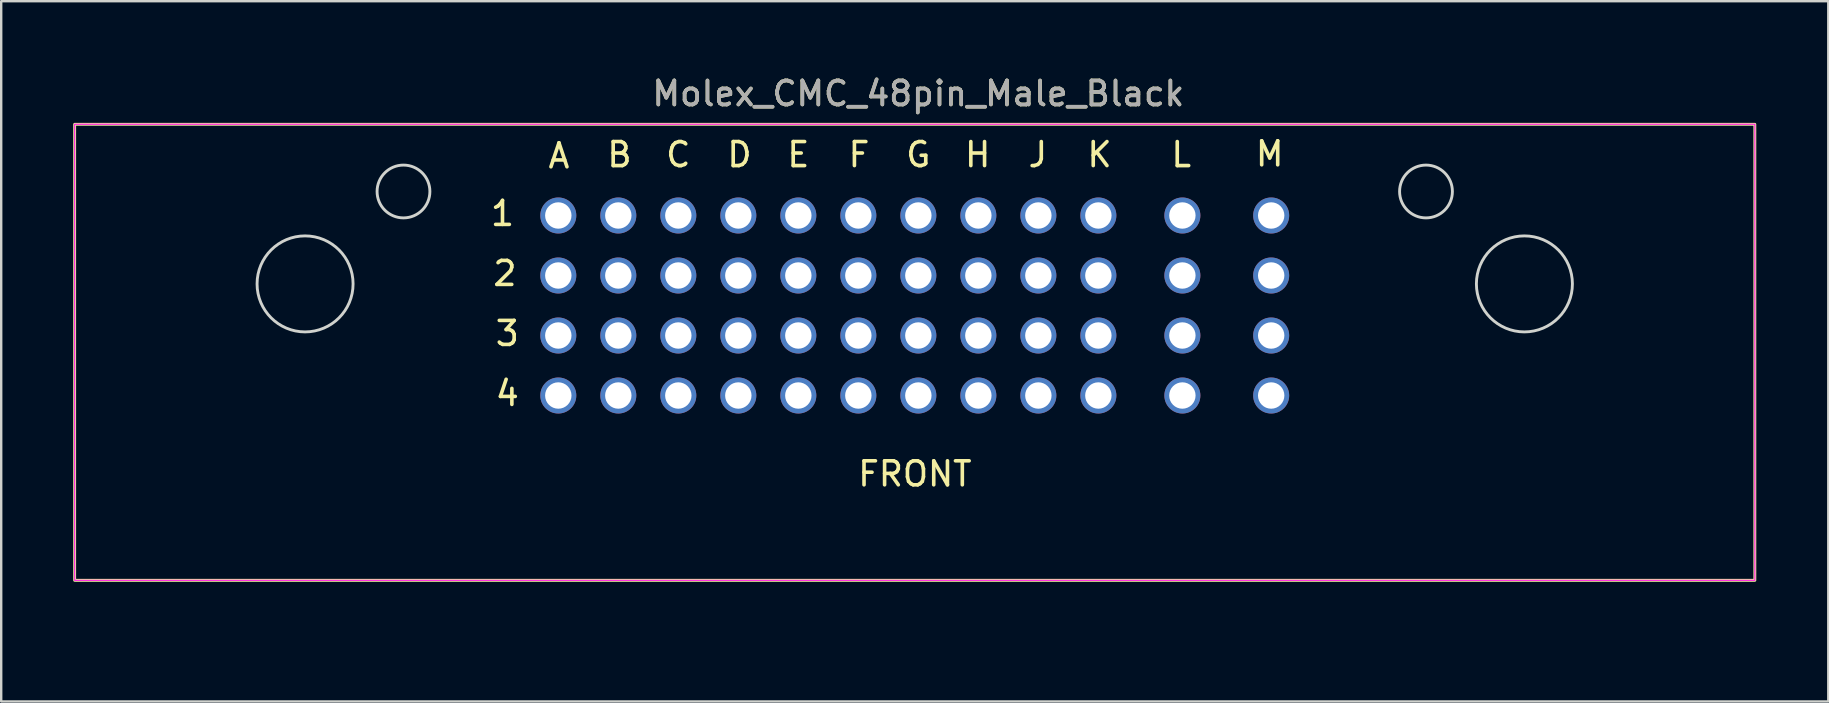
<source format=kicad_pcb>
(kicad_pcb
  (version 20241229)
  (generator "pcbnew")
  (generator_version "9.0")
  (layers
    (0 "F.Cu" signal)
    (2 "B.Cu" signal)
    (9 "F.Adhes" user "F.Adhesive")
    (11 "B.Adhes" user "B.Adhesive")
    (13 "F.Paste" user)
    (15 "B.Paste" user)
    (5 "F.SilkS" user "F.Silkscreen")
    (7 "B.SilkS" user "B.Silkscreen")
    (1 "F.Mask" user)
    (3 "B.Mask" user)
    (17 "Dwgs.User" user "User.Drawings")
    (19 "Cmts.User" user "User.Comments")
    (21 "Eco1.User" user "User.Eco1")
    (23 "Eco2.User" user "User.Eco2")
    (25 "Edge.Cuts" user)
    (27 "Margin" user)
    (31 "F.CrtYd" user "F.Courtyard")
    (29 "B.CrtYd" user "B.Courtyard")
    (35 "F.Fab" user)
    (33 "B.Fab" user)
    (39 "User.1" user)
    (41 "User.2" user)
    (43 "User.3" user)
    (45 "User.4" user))
  (footprint "Molex_CMC_48pin_Male_Black"
    (layer "F.Cu")
    (at 35.21 18.628)
    (property "Reference" "Molex_CMC_48pin_Male_Black" (at 0 -17.78 0) (unlocked yes) (layer "F.SilkS") (effects (font (size 1 1) (thickness 0.15))))
    (attr through_hole)
    (fp_rect (start -35.15 -16.5) (end 34.85 2.5) (stroke (width 0.12) (type default)) (fill no) (layer "F.SilkS"))
    (fp_line (start -35.15 2.5) (end 34.85 2.45) (stroke (width 0.12) (type default)) (layer "Eco1.User"))
    (fp_circle (center -25.55 -9.85) (end -23.55 -9.85) (stroke (width 0.12) (type default)) (fill no) (layer "Edge.Cuts"))
    (fp_circle (center -21.45 -13.7) (end -20.35 -13.7) (stroke (width 0.12) (type default)) (fill no) (layer "Edge.Cuts"))
    (fp_circle (center 21.15 -13.7) (end 22.25 -13.7) (stroke (width 0.12) (type default)) (fill no) (layer "Edge.Cuts"))
    (fp_circle (center 25.25 -9.85) (end 27.25 -9.85) (stroke (width 0.12) (type default)) (fill no) (layer "Edge.Cuts"))
    (fp_rect (start -35.15 -16.5) (end 34.85 2.5) (stroke (width 0.05) (type default)) (fill no) (layer "F.CrtYd"))
    (fp_text user "B" (at -13.05 -14.65 0) (unlocked yes) (layer "F.SilkS") (effects (font (size 1 1) (thickness 0.15)) (justify left bottom)))
    (fp_text user "1" (at -17.9 -12.2 0) (unlocked yes) (layer "F.SilkS") (effects (font (size 1 1) (thickness 0.15)) (justify left bottom)))
    (fp_text user "4" (at -17.7 -4.7 0) (unlocked yes) (layer "F.SilkS") (effects (font (size 1 1) (thickness 0.15)) (justify left bottom)))
    (fp_text user "E" (at -5.55 -14.65 0) (unlocked yes) (layer "F.SilkS") (effects (font (size 1 1) (thickness 0.15)) (justify left bottom)))
    (fp_text user "FRONT" (at -2.6 -1.35 0) (unlocked yes) (layer "F.SilkS") (effects (font (size 1 1) (thickness 0.15)) (justify left bottom)))
    (fp_text user "G" (at -0.6 -14.65 0) (unlocked yes) (layer "F.SilkS") (effects (font (size 1 1) (thickness 0.15)) (justify left bottom)))
    (fp_text user "C" (at -10.6 -14.65 0) (unlocked yes) (layer "F.SilkS") (effects (font (size 1 1) (thickness 0.15)) (justify left bottom)))
    (fp_text user "3" (at -17.7 -7.2 0) (unlocked yes) (layer "F.SilkS") (effects (font (size 1 1) (thickness 0.15)) (justify left bottom)))
    (fp_text user "D" (at -8.05 -14.65 0) (unlocked yes) (layer "F.SilkS") (effects (font (size 1 1) (thickness 0.15)) (justify left bottom)))
    (fp_text user "M" (at 13.968 -14.682 0) (unlocked yes) (layer "F.SilkS") (effects (font (size 1 1) (thickness 0.15)) (justify left bottom)))
    (fp_text user "L" (at 10.45 -14.65 0) (unlocked yes) (layer "F.SilkS") (effects (font (size 1 1) (thickness 0.15)) (justify left bottom)))
    (fp_text user "J" (at 4.5 -14.65 0) (unlocked yes) (layer "F.SilkS") (effects (font (size 1 1) (thickness 0.15)) (justify left bottom)))
    (fp_text user "F" (at -3 -14.65 0) (unlocked yes) (layer "F.SilkS") (effects (font (size 1 1) (thickness 0.15)) (justify left bottom)))
    (fp_text user "K" (at 6.95 -14.65 0) (unlocked yes) (layer "F.SilkS") (effects (font (size 1 1) (thickness 0.15)) (justify left bottom)))
    (fp_text user "H" (at 1.85 -14.65 0) (unlocked yes) (layer "F.SilkS") (effects (font (size 1 1) (thickness 0.15)) (justify left bottom)))
    (fp_text user "2" (at -17.8 -9.7 0) (unlocked yes) (layer "F.SilkS") (effects (font (size 1 1) (thickness 0.15)) (justify left bottom)))
    (fp_text user "A" (at -15.5 -14.6 0) (unlocked yes) (layer "F.SilkS") (effects (font (size 1 1) (thickness 0.15)) (justify left bottom)))
    (fp_text user "Draw Edge.Cuts over User.Eco1" (at -35.15 4.3 0) (unlocked yes) (layer "Eco1.User") (effects (font (size 1 1) (thickness 0.15)) (justify left bottom)))
    (fp_text user "${REFERENCE}" (at 0 -17.78 0) (unlocked yes) (layer "F.Fab") (effects (font (size 1 1) (thickness 0.15))))
    (pad "1" thru_hole circle (at -15 -12.7) (size 1.5 1.5) (drill 1.1) (layers "*.Cu" "*.Mask"))
    (pad "2" thru_hole circle (at -12.5 -12.7) (size 1.5 1.5) (drill 1.1) (layers "*.Cu" "*.Mask"))
    (pad "3" thru_hole circle (at -10 -12.7) (size 1.5 1.5) (drill 1.1) (layers "*.Cu" "*.Mask"))
    (pad "4" thru_hole circle (at -7.5 -12.7) (size 1.5 1.5) (drill 1.1) (layers "*.Cu" "*.Mask"))
    (pad "5" thru_hole circle (at -5 -12.7) (size 1.5 1.5) (drill 1.1) (layers "*.Cu" "*.Mask"))
    (pad "6" thru_hole circle (at -2.5 -12.7) (size 1.5 1.5) (drill 1.1) (layers "*.Cu" "*.Mask"))
    (pad "7" thru_hole circle (at 0 -12.7) (size 1.5 1.5) (drill 1.1) (layers "*.Cu" "*.Mask"))
    (pad "8" thru_hole circle (at 2.5 -12.7) (size 1.5 1.5) (drill 1.1) (layers "*.Cu" "*.Mask"))
    (pad "9" thru_hole circle (at 5 -12.7) (size 1.5 1.5) (drill 1.1) (layers "*.Cu" "*.Mask"))
    (pad "10" thru_hole circle (at 7.5 -12.7) (size 1.5 1.5) (drill 1.1) (layers "*.Cu" "*.Mask"))
    (pad "11" thru_hole circle (at -15 -10.2) (size 1.5 1.5) (drill 1.1) (layers "*.Cu" "*.Mask"))
    (pad "12" thru_hole circle (at -12.5 -10.2) (size 1.5 1.5) (drill 1.1) (layers "*.Cu" "*.Mask"))
    (pad "13" thru_hole circle (at -10 -10.2) (size 1.5 1.5) (drill 1.1) (layers "*.Cu" "*.Mask"))
    (pad "14" thru_hole circle (at -7.5 -10.2) (size 1.5 1.5) (drill 1.1) (layers "*.Cu" "*.Mask"))
    (pad "15" thru_hole circle (at -5 -10.2) (size 1.5 1.5) (drill 1.1) (layers "*.Cu" "*.Mask"))
    (pad "16" thru_hole circle (at -2.5 -10.2) (size 1.5 1.5) (drill 1.1) (layers "*.Cu" "*.Mask"))
    (pad "17" thru_hole circle (at 0 -10.2) (size 1.5 1.5) (drill 1.1) (layers "*.Cu" "*.Mask"))
    (pad "18" thru_hole circle (at 2.5 -10.2) (size 1.5 1.5) (drill 1.1) (layers "*.Cu" "*.Mask"))
    (pad "19" thru_hole circle (at 5 -10.2) (size 1.5 1.5) (drill 1.1) (layers "*.Cu" "*.Mask"))
    (pad "20" thru_hole circle (at 7.5 -10.2) (size 1.5 1.5) (drill 1.1) (layers "*.Cu" "*.Mask"))
    (pad "21" thru_hole circle (at -15 -7.7) (size 1.5 1.5) (drill 1.1) (layers "*.Cu" "*.Mask"))
    (pad "22" thru_hole circle (at -12.5 -7.7) (size 1.5 1.5) (drill 1.1) (layers "*.Cu" "*.Mask"))
    (pad "23" thru_hole circle (at -10 -7.7) (size 1.5 1.5) (drill 1.1) (layers "*.Cu" "*.Mask"))
    (pad "24" thru_hole circle (at -7.5 -7.7) (size 1.5 1.5) (drill 1.1) (layers "*.Cu" "*.Mask"))
    (pad "25" thru_hole circle (at -5 -7.7) (size 1.5 1.5) (drill 1.1) (layers "*.Cu" "*.Mask"))
    (pad "26" thru_hole circle (at -2.5 -7.7) (size 1.5 1.5) (drill 1.1) (layers "*.Cu" "*.Mask"))
    (pad "27" thru_hole circle (at 0 -7.7) (size 1.5 1.5) (drill 1.1) (layers "*.Cu" "*.Mask"))
    (pad "28" thru_hole circle (at 2.5 -7.7) (size 1.5 1.5) (drill 1.1) (layers "*.Cu" "*.Mask"))
    (pad "29" thru_hole circle (at 5 -7.7) (size 1.5 1.5) (drill 1.1) (layers "*.Cu" "*.Mask"))
    (pad "30" thru_hole circle (at 7.5 -7.7) (size 1.5 1.5) (drill 1.1) (layers "*.Cu" "*.Mask"))
    (pad "31" thru_hole circle (at -15 -5.2) (size 1.5 1.5) (drill 1.1) (layers "*.Cu" "*.Mask"))
    (pad "32" thru_hole circle (at -12.5 -5.2) (size 1.5 1.5) (drill 1.1) (layers "*.Cu" "*.Mask"))
    (pad "33" thru_hole circle (at -10 -5.2) (size 1.5 1.5) (drill 1.1) (layers "*.Cu" "*.Mask"))
    (pad "34" thru_hole circle (at -7.5 -5.2) (size 1.5 1.5) (drill 1.1) (layers "*.Cu" "*.Mask"))
    (pad "35" thru_hole circle (at -5 -5.2) (size 1.5 1.5) (drill 1.1) (layers "*.Cu" "*.Mask"))
    (pad "36" thru_hole circle (at -2.5 -5.2) (size 1.5 1.5) (drill 1.1) (layers "*.Cu" "*.Mask"))
    (pad "37" thru_hole circle (at 0 -5.2) (size 1.5 1.5) (drill 1.1) (layers "*.Cu" "*.Mask"))
    (pad "38" thru_hole circle (at 2.5 -5.2) (size 1.5 1.5) (drill 1.1) (layers "*.Cu" "*.Mask"))
    (pad "39" thru_hole circle (at 5 -5.2) (size 1.5 1.5) (drill 1.1) (layers "*.Cu" "*.Mask"))
    (pad "40" thru_hole circle (at 7.5 -5.2) (size 1.5 1.5) (drill 1.1) (layers "*.Cu" "*.Mask"))
    (pad "41" thru_hole circle (at 11 -12.7) (size 1.5 1.5) (drill 1.1) (layers "*.Cu" "*.Mask"))
    (pad "42" thru_hole circle (at 14.7 -12.7) (size 1.5 1.5) (drill 1.1) (layers "*.Cu" "*.Mask"))
    (pad "43" thru_hole circle (at 11 -10.2) (size 1.5 1.5) (drill 1.1) (layers "*.Cu" "*.Mask"))
    (pad "44" thru_hole circle (at 14.7 -10.2) (size 1.5 1.5) (drill 1.1) (layers "*.Cu" "*.Mask"))
    (pad "45" thru_hole circle (at 11 -7.7) (size 1.5 1.5) (drill 1.1) (layers "*.Cu" "*.Mask"))
    (pad "46" thru_hole circle (at 14.7 -7.7) (size 1.5 1.5) (drill 1.1) (layers "*.Cu" "*.Mask"))
    (pad "47" thru_hole circle (at 11 -5.2) (size 1.5 1.5) (drill 1.1) (layers "*.Cu" "*.Mask"))
    (pad "48" thru_hole circle (at 14.7 -5.2) (size 1.5 1.5) (drill 1.1) (layers "*.Cu" "*.Mask")))
  (gr_rect
    (start -3 -3)
    (end 73.12 26.175)
    (stroke (width 0.1) (type default))
    (fill no)
    (layer "Edge.Cuts")))
</source>
